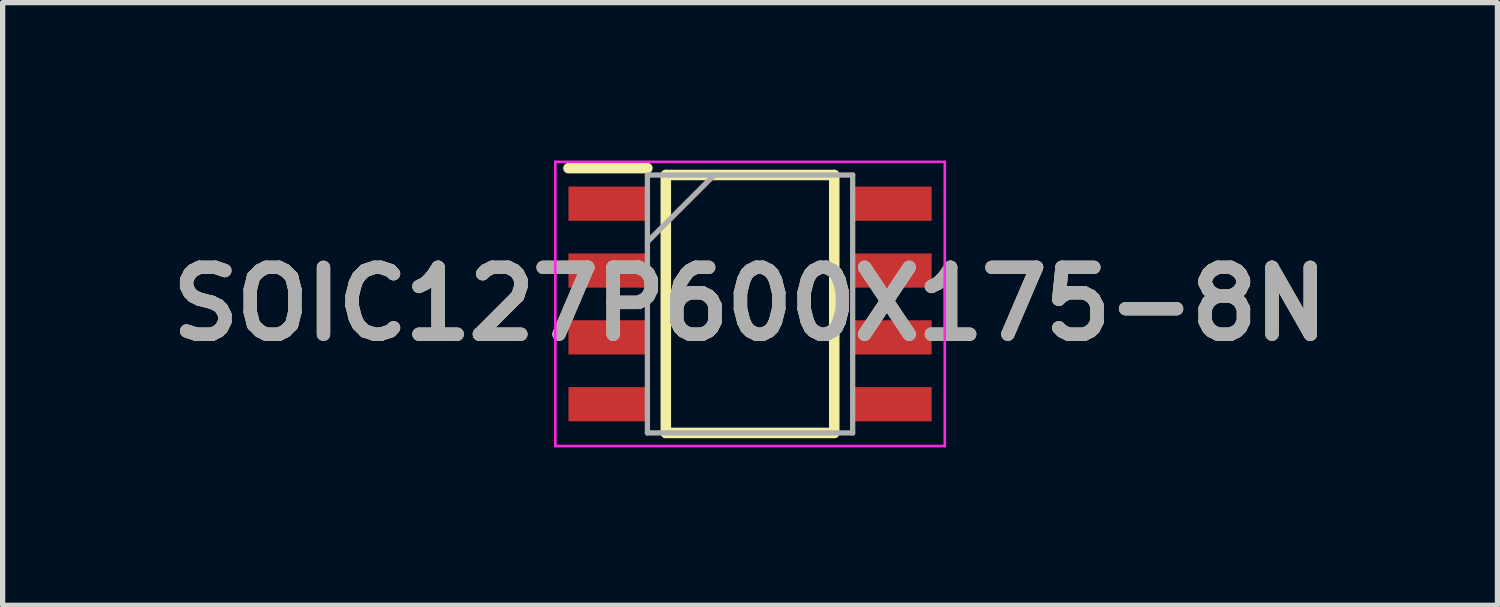
<source format=kicad_pcb>
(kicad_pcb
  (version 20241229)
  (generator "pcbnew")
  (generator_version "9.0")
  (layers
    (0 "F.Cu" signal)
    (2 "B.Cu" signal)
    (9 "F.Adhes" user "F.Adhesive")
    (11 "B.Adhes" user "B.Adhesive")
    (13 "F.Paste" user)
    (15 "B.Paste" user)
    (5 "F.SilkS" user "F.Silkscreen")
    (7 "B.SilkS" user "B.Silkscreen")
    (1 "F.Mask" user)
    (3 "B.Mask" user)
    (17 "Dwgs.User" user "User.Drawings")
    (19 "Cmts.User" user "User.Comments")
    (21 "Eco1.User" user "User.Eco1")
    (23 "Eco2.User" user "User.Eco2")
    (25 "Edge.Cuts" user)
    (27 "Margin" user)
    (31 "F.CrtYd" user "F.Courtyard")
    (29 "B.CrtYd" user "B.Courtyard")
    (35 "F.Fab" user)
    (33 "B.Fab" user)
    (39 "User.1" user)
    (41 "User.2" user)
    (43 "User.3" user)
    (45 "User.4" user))
  (footprint "SOIC127P600X175-8N"
    (layer "F.Cu")
    (at 11.2 2.725)
    (property "Reference" "SOIC127P600X175-8N" (at 0 0 0) (layer "F.SilkS") (effects (font (size 1.27 1.27) (thickness 0.254))))
    (attr smd)
    (fp_line (start -3.45 -2.58) (end -1.95 -2.58) (stroke (width 0.2) (type solid)) (layer "F.SilkS"))
    (fp_line (start -1.6 -2.45) (end 1.6 -2.45) (stroke (width 0.2) (type solid)) (layer "F.SilkS"))
    (fp_line (start -1.6 2.45) (end -1.6 -2.45) (stroke (width 0.2) (type solid)) (layer "F.SilkS"))
    (fp_line (start 1.6 -2.45) (end 1.6 2.45) (stroke (width 0.2) (type solid)) (layer "F.SilkS"))
    (fp_line (start 1.6 2.45) (end -1.6 2.45) (stroke (width 0.2) (type solid)) (layer "F.SilkS"))
    (fp_line (start -3.7 -2.7) (end 3.7 -2.7) (stroke (width 0.05) (type solid)) (layer "F.CrtYd"))
    (fp_line (start -3.7 2.7) (end -3.7 -2.7) (stroke (width 0.05) (type solid)) (layer "F.CrtYd"))
    (fp_line (start 3.7 -2.7) (end 3.7 2.7) (stroke (width 0.05) (type solid)) (layer "F.CrtYd"))
    (fp_line (start 3.7 2.7) (end -3.7 2.7) (stroke (width 0.05) (type solid)) (layer "F.CrtYd"))
    (fp_line (start -1.95 -2.45) (end 1.95 -2.45) (stroke (width 0.1) (type solid)) (layer "F.Fab"))
    (fp_line (start -1.95 -1.18) (end -0.68 -2.45) (stroke (width 0.1) (type solid)) (layer "F.Fab"))
    (fp_line (start -1.95 2.45) (end -1.95 -2.45) (stroke (width 0.1) (type solid)) (layer "F.Fab"))
    (fp_line (start 1.95 -2.45) (end 1.95 2.45) (stroke (width 0.1) (type solid)) (layer "F.Fab"))
    (fp_line (start 1.95 2.45) (end -1.95 2.45) (stroke (width 0.1) (type solid)) (layer "F.Fab"))
    (fp_text user "${REFERENCE}" (at 0 0 0) (layer "F.Fab") (effects (font (size 1.27 1.27) (thickness 0.254))))
    (pad "1" smd rect (at -2.7 -1.905 90) (size 0.65 1.5) (layers "F.Cu" "F.Mask" "F.Paste"))
    (pad "2" smd rect (at -2.7 -0.635 90) (size 0.65 1.5) (layers "F.Cu" "F.Mask" "F.Paste"))
    (pad "3" smd rect (at -2.7 0.635 90) (size 0.65 1.5) (layers "F.Cu" "F.Mask" "F.Paste"))
    (pad "4" smd rect (at -2.7 1.905 90) (size 0.65 1.5) (layers "F.Cu" "F.Mask" "F.Paste"))
    (pad "5" smd rect (at 2.7 1.905 90) (size 0.65 1.5) (layers "F.Cu" "F.Mask" "F.Paste"))
    (pad "6" smd rect (at 2.7 0.635 90) (size 0.65 1.5) (layers "F.Cu" "F.Mask" "F.Paste"))
    (pad "7" smd rect (at 2.7 -0.635 90) (size 0.65 1.5) (layers "F.Cu" "F.Mask" "F.Paste"))
    (pad "8" smd rect (at 2.7 -1.905 90) (size 0.65 1.5) (layers "F.Cu" "F.Mask" "F.Paste")))
  (gr_rect
    (start -3 -3)
    (end 25.4 8.45)
    (stroke (width 0.1) (type default))
    (fill no)
    (layer "Edge.Cuts")))
</source>
